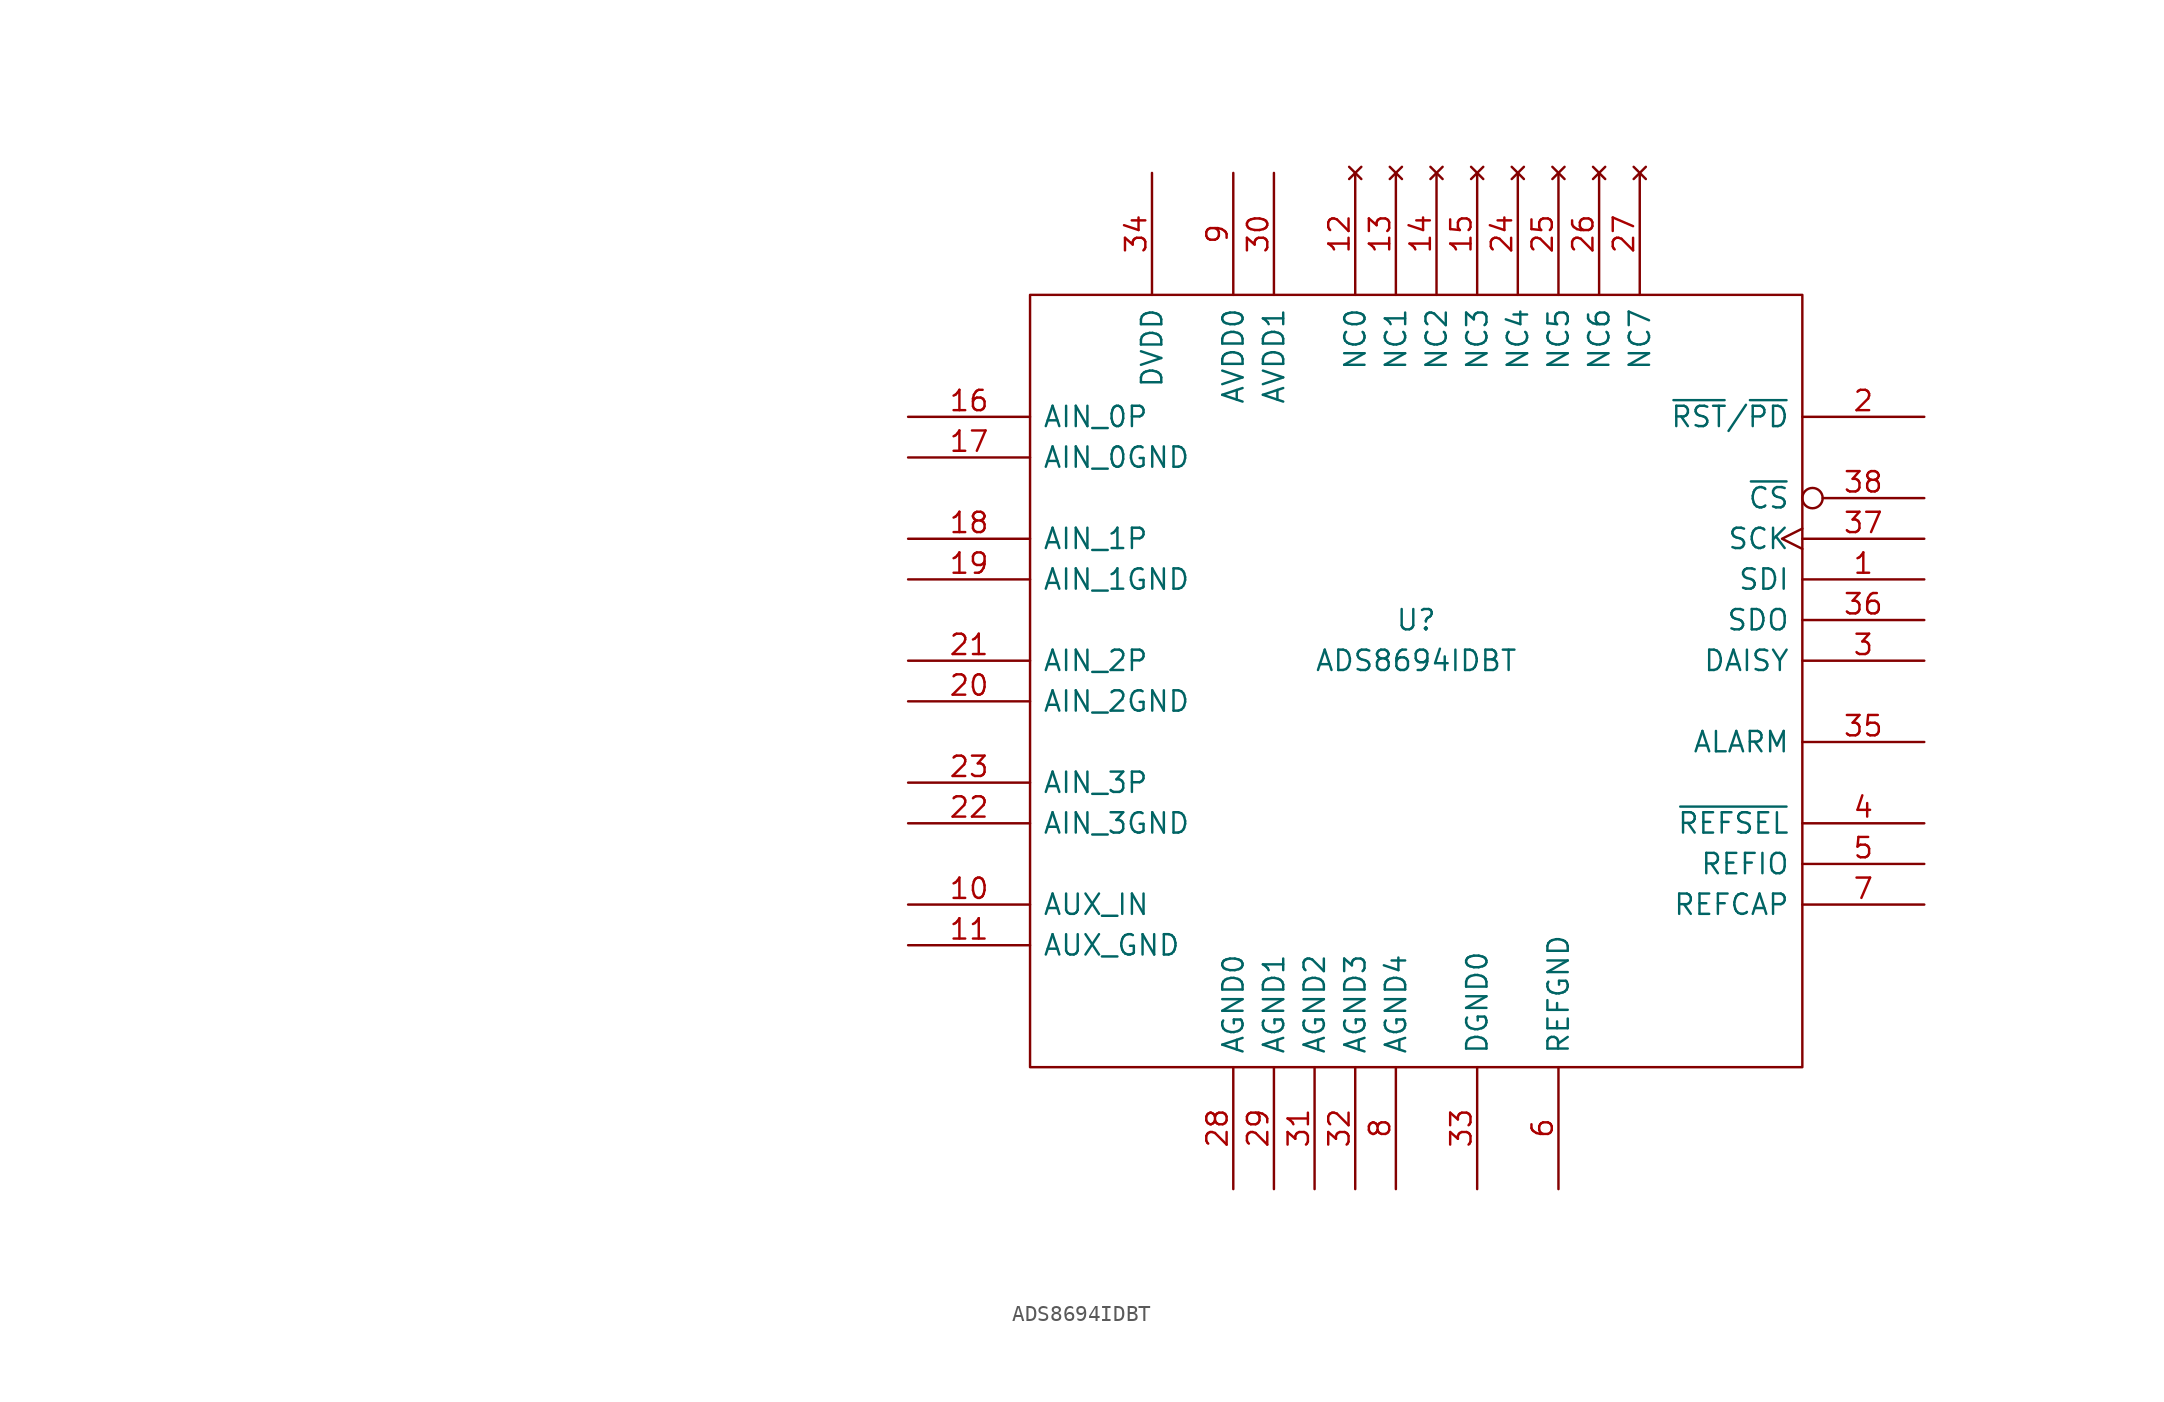
<source format=kicad_sym>
(kicad_symbol_lib
  (version 20211014)
  (generator kicad_symbol_editor)
  (symbol "ADS8694IDBT"
    (pin_names
      (offset 0.762))
    (property "Reference" "U"
      (at 31.75 -12.7 0)
      (effects (font (size 1.27 1.27))))
    (property "Value" "ADS8694IDBT"
      (at 31.75 -15.24 0)
      (effects (font (size 1.27 1.27))))
    (property "Datasheet" ""
      (at -41.91 -1.27 0)
      (effects (font (size 1.27 1.27))))
    (symbol "ADS8694IDBT_0_1"
      (rectangle (start 7.62 7.62) (end 55.88 -40.64) (stroke (width 0) (type default) (color 0 0 0 0)) (fill (type none))))
    (symbol "ADS8694IDBT_1_1"
      (pin input line (at 63.5 -10.16 180) (length 7.62) (name "SDI" (effects (font (size 1.27 1.27)))) (number "1" (effects (font (size 1.27 1.27)))))
      (pin input line (at 0 -30.48 0) (length 7.62) (name "AUX_IN" (effects (font (size 1.27 1.27)))) (number "10" (effects (font (size 1.27 1.27)))))
      (pin power_in line (at 0 -33.02 0) (length 7.62) (name "AUX_GND" (effects (font (size 1.27 1.27)))) (number "11" (effects (font (size 1.27 1.27)))))
      (pin no_connect line (at 27.94 15.24 270) (length 7.62) (name "NC0" (effects (font (size 1.27 1.27)))) (number "12" (effects (font (size 1.27 1.27)))))
      (pin no_connect line (at 30.48 15.24 270) (length 7.62) (name "NC1" (effects (font (size 1.27 1.27)))) (number "13" (effects (font (size 1.27 1.27)))))
      (pin no_connect line (at 33.02 15.24 270) (length 7.62) (name "NC2" (effects (font (size 1.27 1.27)))) (number "14" (effects (font (size 1.27 1.27)))))
      (pin no_connect line (at 35.56 15.24 270) (length 7.62) (name "NC3" (effects (font (size 1.27 1.27)))) (number "15" (effects (font (size 1.27 1.27)))))
      (pin input line (at 0 0 0) (length 7.62) (name "AIN_0P" (effects (font (size 1.27 1.27)))) (number "16" (effects (font (size 1.27 1.27)))))
      (pin power_in line (at 0 -2.54 0) (length 7.62) (name "AIN_0GND" (effects (font (size 1.27 1.27)))) (number "17" (effects (font (size 1.27 1.27)))))
      (pin input line (at 0 -7.62 0) (length 7.62) (name "AIN_1P" (effects (font (size 1.27 1.27)))) (number "18" (effects (font (size 1.27 1.27)))))
      (pin power_in line (at 0 -10.16 0) (length 7.62) (name "AIN_1GND" (effects (font (size 1.27 1.27)))) (number "19" (effects (font (size 1.27 1.27)))))
      (pin input line (at 63.5 0 180) (length 7.62) (name "~{RST}/~{PD}" (effects (font (size 1.27 1.27)))) (number "2" (effects (font (size 1.27 1.27)))))
      (pin power_in line (at 0 -17.78 0) (length 7.62) (name "AIN_2GND" (effects (font (size 1.27 1.27)))) (number "20" (effects (font (size 1.27 1.27)))))
      (pin input line (at 0 -15.24 0) (length 7.62) (name "AIN_2P" (effects (font (size 1.27 1.27)))) (number "21" (effects (font (size 1.27 1.27)))))
      (pin power_in line (at 0 -25.4 0) (length 7.62) (name "AIN_3GND" (effects (font (size 1.27 1.27)))) (number "22" (effects (font (size 1.27 1.27)))))
      (pin input line (at 0 -22.86 0) (length 7.62) (name "AIN_3P" (effects (font (size 1.27 1.27)))) (number "23" (effects (font (size 1.27 1.27)))))
      (pin no_connect line (at 38.1 15.24 270) (length 7.62) (name "NC4" (effects (font (size 1.27 1.27)))) (number "24" (effects (font (size 1.27 1.27)))))
      (pin no_connect line (at 40.64 15.24 270) (length 7.62) (name "NC5" (effects (font (size 1.27 1.27)))) (number "25" (effects (font (size 1.27 1.27)))))
      (pin no_connect line (at 43.18 15.24 270) (length 7.62) (name "NC6" (effects (font (size 1.27 1.27)))) (number "26" (effects (font (size 1.27 1.27)))))
      (pin no_connect line (at 45.72 15.24 270) (length 7.62) (name "NC7" (effects (font (size 1.27 1.27)))) (number "27" (effects (font (size 1.27 1.27)))))
      (pin power_in line (at 20.32 -48.26 90) (length 7.62) (name "AGND0" (effects (font (size 1.27 1.27)))) (number "28" (effects (font (size 1.27 1.27)))))
      (pin power_in line (at 22.86 -48.26 90) (length 7.62) (name "AGND1" (effects (font (size 1.27 1.27)))) (number "29" (effects (font (size 1.27 1.27)))))
      (pin input line (at 63.5 -15.24 180) (length 7.62) (name "DAISY" (effects (font (size 1.27 1.27)))) (number "3" (effects (font (size 1.27 1.27)))))
      (pin power_in line (at 22.86 15.24 270) (length 7.62) (name "AVDD1" (effects (font (size 1.27 1.27)))) (number "30" (effects (font (size 1.27 1.27)))))
      (pin power_in line (at 25.4 -48.26 90) (length 7.62) (name "AGND2" (effects (font (size 1.27 1.27)))) (number "31" (effects (font (size 1.27 1.27)))))
      (pin power_in line (at 27.94 -48.26 90) (length 7.62) (name "AGND3" (effects (font (size 1.27 1.27)))) (number "32" (effects (font (size 1.27 1.27)))))
      (pin power_in line (at 35.56 -48.26 90) (length 7.62) (name "DGND0" (effects (font (size 1.27 1.27)))) (number "33" (effects (font (size 1.27 1.27)))))
      (pin power_in line (at 15.24 15.24 270) (length 7.62) (name "DVDD" (effects (font (size 1.27 1.27)))) (number "34" (effects (font (size 1.27 1.27)))))
      (pin output line (at 63.5 -20.32 180) (length 7.62) (name "ALARM" (effects (font (size 1.27 1.27)))) (number "35" (effects (font (size 1.27 1.27)))))
      (pin output line (at 63.5 -12.7 180) (length 7.62) (name "SDO" (effects (font (size 1.27 1.27)))) (number "36" (effects (font (size 1.27 1.27)))))
      (pin input clock (at 63.5 -7.62 180) (length 7.62) (name "SCK" (effects (font (size 1.27 1.27)))) (number "37" (effects (font (size 1.27 1.27)))))
      (pin input inverted (at 63.5 -5.08 180) (length 7.62) (name "~{CS}" (effects (font (size 1.27 1.27)))) (number "38" (effects (font (size 1.27 1.27)))))
      (pin input line (at 63.5 -25.4 180) (length 7.62) (name "~{REFSEL}" (effects (font (size 1.27 1.27)))) (number "4" (effects (font (size 1.27 1.27)))))
      (pin passive line (at 63.5 -27.94 180) (length 7.62) (name "REFIO" (effects (font (size 1.27 1.27)))) (number "5" (effects (font (size 1.27 1.27)))))
      (pin power_in line (at 40.64 -48.26 90) (length 7.62) (name "REFGND" (effects (font (size 1.27 1.27)))) (number "6" (effects (font (size 1.27 1.27)))))
      (pin output line (at 63.5 -30.48 180) (length 7.62) (name "REFCAP" (effects (font (size 1.27 1.27)))) (number "7" (effects (font (size 1.27 1.27)))))
      (pin power_in line (at 30.48 -48.26 90) (length 7.62) (name "AGND4" (effects (font (size 1.27 1.27)))) (number "8" (effects (font (size 1.27 1.27)))))
      (pin power_in line (at 20.32 15.24 270) (length 7.62) (name "AVDD0" (effects (font (size 1.27 1.27)))) (number "9" (effects (font (size 1.27 1.27))))))))
</source>
